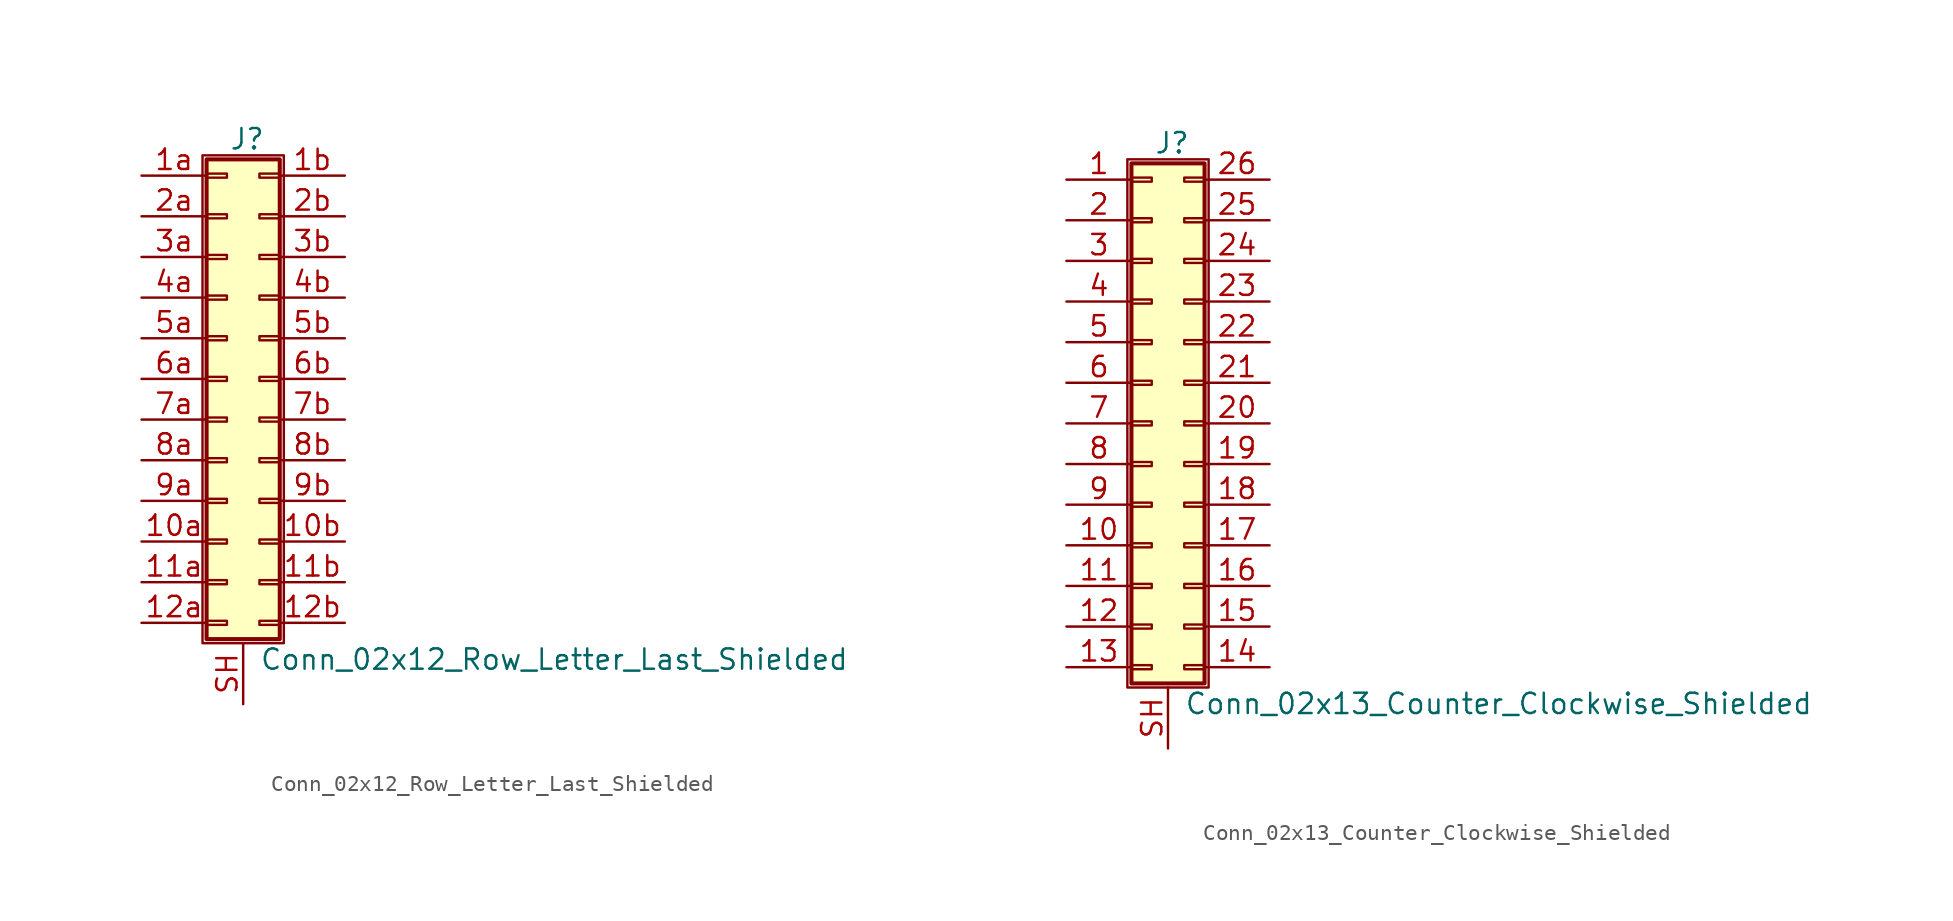
<source format=kicad_sym>
(kicad_symbol_lib
  (version 20201005)
  (generator kicad_symbol_editor)
  (symbol "Connector_Generic_Shielded:Conn_02x12_Row_Letter_Last_Shielded"
    (pin_names
      (offset 1.016) hide)
    (property "Reference" "J"
      (at 1.524 14.986 0)
      (effects (font (size 1.27 1.27))))
    (property "Value" "Conn_02x12_Row_Letter_Last_Shielded"
      (at 2.286 -17.526 0)
      (effects (font (size 1.27 1.27)) (justify left)))
    (symbol "Conn_02x12_Row_Letter_Last_Shielded_1_1"
      (rectangle (start -1.016 -4.953) (end 0.254 -5.207) (stroke (width 0.152)) (fill (type none)))
      (rectangle (start -1.016 -7.493) (end 0.254 -7.747) (stroke (width 0.152)) (fill (type none)))
      (rectangle (start -1.016 -10.033) (end 0.254 -10.287) (stroke (width 0.152)) (fill (type none)))
      (rectangle (start -1.016 -12.573) (end 0.254 -12.827) (stroke (width 0.152)) (fill (type none)))
      (rectangle (start -1.016 -15.113) (end 0.254 -15.367) (stroke (width 0.152)) (fill (type none)))
      (rectangle (start -1.016 -2.413) (end 0.254 -2.667) (stroke (width 0.152)) (fill (type none)))
      (rectangle (start -1.016 2.667) (end 0.254 2.413) (stroke (width 0.152)) (fill (type none)))
      (rectangle (start -1.016 5.207) (end 0.254 4.953) (stroke (width 0.152)) (fill (type none)))
      (rectangle (start -1.016 7.747) (end 0.254 7.493) (stroke (width 0.152)) (fill (type none)))
      (rectangle (start -1.016 10.287) (end 0.254 10.033) (stroke (width 0.152)) (fill (type none)))
      (rectangle (start -1.016 0.127) (end 0.254 -0.127) (stroke (width 0.152)) (fill (type none)))
      (rectangle (start -1.016 12.827) (end 0.254 12.573) (stroke (width 0.152)) (fill (type none)))
      (rectangle (start -1.016 13.716) (end 3.556 -16.256) (stroke (width 0.254)) (fill (type background)))
      (rectangle (start -1.27 13.97) (end 3.81 -16.51) (stroke (width 0.152)) (fill (type none)))
      (rectangle (start 3.556 -4.953) (end 2.286 -5.207) (stroke (width 0.152)) (fill (type none)))
      (rectangle (start 3.556 -7.493) (end 2.286 -7.747) (stroke (width 0.152)) (fill (type none)))
      (rectangle (start 3.556 -10.033) (end 2.286 -10.287) (stroke (width 0.152)) (fill (type none)))
      (rectangle (start 3.556 -12.573) (end 2.286 -12.827) (stroke (width 0.152)) (fill (type none)))
      (rectangle (start 3.556 -15.113) (end 2.286 -15.367) (stroke (width 0.152)) (fill (type none)))
      (rectangle (start 3.556 -2.413) (end 2.286 -2.667) (stroke (width 0.152)) (fill (type none)))
      (rectangle (start 3.556 2.667) (end 2.286 2.413) (stroke (width 0.152)) (fill (type none)))
      (rectangle (start 3.556 5.207) (end 2.286 4.953) (stroke (width 0.152)) (fill (type none)))
      (rectangle (start 3.556 7.747) (end 2.286 7.493) (stroke (width 0.152)) (fill (type none)))
      (rectangle (start 3.556 10.287) (end 2.286 10.033) (stroke (width 0.152)) (fill (type none)))
      (rectangle (start 3.556 0.127) (end 2.286 -0.127) (stroke (width 0.152)) (fill (type none)))
      (rectangle (start 3.556 12.827) (end 2.286 12.573) (stroke (width 0.152)) (fill (type none)))
      (pin passive line (at -5.08 -10.16 0) (length 4.064) (name "Pin_10a" (effects (font (size 1.27 1.27)))) (number "10a" (effects (font (size 1.27 1.27)))))
      (pin passive line (at 7.62 -10.16 180) (length 4.064) (name "Pin_10b" (effects (font (size 1.27 1.27)))) (number "10b" (effects (font (size 1.27 1.27)))))
      (pin passive line (at -5.08 -12.7 0) (length 4.064) (name "Pin_11a" (effects (font (size 1.27 1.27)))) (number "11a" (effects (font (size 1.27 1.27)))))
      (pin passive line (at 7.62 -12.7 180) (length 4.064) (name "Pin_11b" (effects (font (size 1.27 1.27)))) (number "11b" (effects (font (size 1.27 1.27)))))
      (pin passive line (at -5.08 -15.24 0) (length 4.064) (name "Pin_12a" (effects (font (size 1.27 1.27)))) (number "12a" (effects (font (size 1.27 1.27)))))
      (pin passive line (at 7.62 -15.24 180) (length 4.064) (name "Pin_12b" (effects (font (size 1.27 1.27)))) (number "12b" (effects (font (size 1.27 1.27)))))
      (pin passive line (at -5.08 12.7 0) (length 4.064) (name "Pin_1a" (effects (font (size 1.27 1.27)))) (number "1a" (effects (font (size 1.27 1.27)))))
      (pin passive line (at 7.62 12.7 180) (length 4.064) (name "Pin_1b" (effects (font (size 1.27 1.27)))) (number "1b" (effects (font (size 1.27 1.27)))))
      (pin passive line (at -5.08 10.16 0) (length 4.064) (name "Pin_2a" (effects (font (size 1.27 1.27)))) (number "2a" (effects (font (size 1.27 1.27)))))
      (pin passive line (at 7.62 10.16 180) (length 4.064) (name "Pin_2b" (effects (font (size 1.27 1.27)))) (number "2b" (effects (font (size 1.27 1.27)))))
      (pin passive line (at -5.08 7.62 0) (length 4.064) (name "Pin_3a" (effects (font (size 1.27 1.27)))) (number "3a" (effects (font (size 1.27 1.27)))))
      (pin passive line (at 7.62 7.62 180) (length 4.064) (name "Pin_3b" (effects (font (size 1.27 1.27)))) (number "3b" (effects (font (size 1.27 1.27)))))
      (pin passive line (at -5.08 5.08 0) (length 4.064) (name "Pin_4a" (effects (font (size 1.27 1.27)))) (number "4a" (effects (font (size 1.27 1.27)))))
      (pin passive line (at 7.62 5.08 180) (length 4.064) (name "Pin_4b" (effects (font (size 1.27 1.27)))) (number "4b" (effects (font (size 1.27 1.27)))))
      (pin passive line (at -5.08 2.54 0) (length 4.064) (name "Pin_5a" (effects (font (size 1.27 1.27)))) (number "5a" (effects (font (size 1.27 1.27)))))
      (pin passive line (at 7.62 2.54 180) (length 4.064) (name "Pin_5b" (effects (font (size 1.27 1.27)))) (number "5b" (effects (font (size 1.27 1.27)))))
      (pin passive line (at -5.08 0 0) (length 4.064) (name "Pin_6a" (effects (font (size 1.27 1.27)))) (number "6a" (effects (font (size 1.27 1.27)))))
      (pin passive line (at 7.62 0 180) (length 4.064) (name "Pin_6b" (effects (font (size 1.27 1.27)))) (number "6b" (effects (font (size 1.27 1.27)))))
      (pin passive line (at -5.08 -2.54 0) (length 4.064) (name "Pin_7a" (effects (font (size 1.27 1.27)))) (number "7a" (effects (font (size 1.27 1.27)))))
      (pin passive line (at 7.62 -2.54 180) (length 4.064) (name "Pin_7b" (effects (font (size 1.27 1.27)))) (number "7b" (effects (font (size 1.27 1.27)))))
      (pin passive line (at -5.08 -5.08 0) (length 4.064) (name "Pin_8a" (effects (font (size 1.27 1.27)))) (number "8a" (effects (font (size 1.27 1.27)))))
      (pin passive line (at 7.62 -5.08 180) (length 4.064) (name "Pin_8b" (effects (font (size 1.27 1.27)))) (number "8b" (effects (font (size 1.27 1.27)))))
      (pin passive line (at -5.08 -7.62 0) (length 4.064) (name "Pin_9a" (effects (font (size 1.27 1.27)))) (number "9a" (effects (font (size 1.27 1.27)))))
      (pin passive line (at 7.62 -7.62 180) (length 4.064) (name "Pin_9b" (effects (font (size 1.27 1.27)))) (number "9b" (effects (font (size 1.27 1.27)))))
      (pin passive line (at 1.27 -20.32 90) (length 3.81) (name "Shield" (effects (font (size 1.27 1.27)))) (number "SH" (effects (font (size 1.27 1.27)))))))
  (symbol "Connector_Generic_Shielded:Conn_02x13_Counter_Clockwise_Shielded"
    (pin_names
      (offset 1.016) hide)
    (property "Reference" "J"
      (at 1.524 17.526 0)
      (effects (font (size 1.27 1.27))))
    (property "Value" "Conn_02x13_Counter_Clockwise_Shielded"
      (at 2.286 -17.526 0)
      (effects (font (size 1.27 1.27)) (justify left)))
    (symbol "Conn_02x13_Counter_Clockwise_Shielded_1_1"
      (rectangle (start -1.016 -4.953) (end 0.254 -5.207) (stroke (width 0.152)) (fill (type none)))
      (rectangle (start -1.016 -7.493) (end 0.254 -7.747) (stroke (width 0.152)) (fill (type none)))
      (rectangle (start -1.016 -10.033) (end 0.254 -10.287) (stroke (width 0.152)) (fill (type none)))
      (rectangle (start -1.016 -12.573) (end 0.254 -12.827) (stroke (width 0.152)) (fill (type none)))
      (rectangle (start -1.016 -15.113) (end 0.254 -15.367) (stroke (width 0.152)) (fill (type none)))
      (rectangle (start -1.016 -2.413) (end 0.254 -2.667) (stroke (width 0.152)) (fill (type none)))
      (rectangle (start -1.016 2.667) (end 0.254 2.413) (stroke (width 0.152)) (fill (type none)))
      (rectangle (start -1.016 5.207) (end 0.254 4.953) (stroke (width 0.152)) (fill (type none)))
      (rectangle (start -1.016 7.747) (end 0.254 7.493) (stroke (width 0.152)) (fill (type none)))
      (rectangle (start -1.016 10.287) (end 0.254 10.033) (stroke (width 0.152)) (fill (type none)))
      (rectangle (start -1.016 0.127) (end 0.254 -0.127) (stroke (width 0.152)) (fill (type none)))
      (rectangle (start -1.016 12.827) (end 0.254 12.573) (stroke (width 0.152)) (fill (type none)))
      (rectangle (start -1.016 15.367) (end 0.254 15.113) (stroke (width 0.152)) (fill (type none)))
      (rectangle (start -1.016 16.256) (end 3.556 -16.256) (stroke (width 0.254)) (fill (type background)))
      (rectangle (start -1.27 16.51) (end 3.81 -16.51) (stroke (width 0.152)) (fill (type none)))
      (rectangle (start 3.556 -4.953) (end 2.286 -5.207) (stroke (width 0.152)) (fill (type none)))
      (rectangle (start 3.556 -7.493) (end 2.286 -7.747) (stroke (width 0.152)) (fill (type none)))
      (rectangle (start 3.556 -10.033) (end 2.286 -10.287) (stroke (width 0.152)) (fill (type none)))
      (rectangle (start 3.556 -12.573) (end 2.286 -12.827) (stroke (width 0.152)) (fill (type none)))
      (rectangle (start 3.556 -15.113) (end 2.286 -15.367) (stroke (width 0.152)) (fill (type none)))
      (rectangle (start 3.556 -2.413) (end 2.286 -2.667) (stroke (width 0.152)) (fill (type none)))
      (rectangle (start 3.556 2.667) (end 2.286 2.413) (stroke (width 0.152)) (fill (type none)))
      (rectangle (start 3.556 5.207) (end 2.286 4.953) (stroke (width 0.152)) (fill (type none)))
      (rectangle (start 3.556 7.747) (end 2.286 7.493) (stroke (width 0.152)) (fill (type none)))
      (rectangle (start 3.556 10.287) (end 2.286 10.033) (stroke (width 0.152)) (fill (type none)))
      (rectangle (start 3.556 0.127) (end 2.286 -0.127) (stroke (width 0.152)) (fill (type none)))
      (rectangle (start 3.556 12.827) (end 2.286 12.573) (stroke (width 0.152)) (fill (type none)))
      (rectangle (start 3.556 15.367) (end 2.286 15.113) (stroke (width 0.152)) (fill (type none)))
      (pin passive line (at -5.08 15.24 0) (length 4.064) (name "Pin_1" (effects (font (size 1.27 1.27)))) (number "1" (effects (font (size 1.27 1.27)))))
      (pin passive line (at -5.08 -7.62 0) (length 4.064) (name "Pin_10" (effects (font (size 1.27 1.27)))) (number "10" (effects (font (size 1.27 1.27)))))
      (pin passive line (at -5.08 -10.16 0) (length 4.064) (name "Pin_11" (effects (font (size 1.27 1.27)))) (number "11" (effects (font (size 1.27 1.27)))))
      (pin passive line (at -5.08 -12.7 0) (length 4.064) (name "Pin_12" (effects (font (size 1.27 1.27)))) (number "12" (effects (font (size 1.27 1.27)))))
      (pin passive line (at -5.08 -15.24 0) (length 4.064) (name "Pin_13" (effects (font (size 1.27 1.27)))) (number "13" (effects (font (size 1.27 1.27)))))
      (pin passive line (at 7.62 -15.24 180) (length 4.064) (name "Pin_14" (effects (font (size 1.27 1.27)))) (number "14" (effects (font (size 1.27 1.27)))))
      (pin passive line (at 7.62 -12.7 180) (length 4.064) (name "Pin_15" (effects (font (size 1.27 1.27)))) (number "15" (effects (font (size 1.27 1.27)))))
      (pin passive line (at 7.62 -10.16 180) (length 4.064) (name "Pin_16" (effects (font (size 1.27 1.27)))) (number "16" (effects (font (size 1.27 1.27)))))
      (pin passive line (at 7.62 -7.62 180) (length 4.064) (name "Pin_17" (effects (font (size 1.27 1.27)))) (number "17" (effects (font (size 1.27 1.27)))))
      (pin passive line (at 7.62 -5.08 180) (length 4.064) (name "Pin_18" (effects (font (size 1.27 1.27)))) (number "18" (effects (font (size 1.27 1.27)))))
      (pin passive line (at 7.62 -2.54 180) (length 4.064) (name "Pin_19" (effects (font (size 1.27 1.27)))) (number "19" (effects (font (size 1.27 1.27)))))
      (pin passive line (at -5.08 12.7 0) (length 4.064) (name "Pin_2" (effects (font (size 1.27 1.27)))) (number "2" (effects (font (size 1.27 1.27)))))
      (pin passive line (at 7.62 0 180) (length 4.064) (name "Pin_20" (effects (font (size 1.27 1.27)))) (number "20" (effects (font (size 1.27 1.27)))))
      (pin passive line (at 7.62 2.54 180) (length 4.064) (name "Pin_21" (effects (font (size 1.27 1.27)))) (number "21" (effects (font (size 1.27 1.27)))))
      (pin passive line (at 7.62 5.08 180) (length 4.064) (name "Pin_22" (effects (font (size 1.27 1.27)))) (number "22" (effects (font (size 1.27 1.27)))))
      (pin passive line (at 7.62 7.62 180) (length 4.064) (name "Pin_23" (effects (font (size 1.27 1.27)))) (number "23" (effects (font (size 1.27 1.27)))))
      (pin passive line (at 7.62 10.16 180) (length 4.064) (name "Pin_24" (effects (font (size 1.27 1.27)))) (number "24" (effects (font (size 1.27 1.27)))))
      (pin passive line (at 7.62 12.7 180) (length 4.064) (name "Pin_25" (effects (font (size 1.27 1.27)))) (number "25" (effects (font (size 1.27 1.27)))))
      (pin passive line (at 7.62 15.24 180) (length 4.064) (name "Pin_26" (effects (font (size 1.27 1.27)))) (number "26" (effects (font (size 1.27 1.27)))))
      (pin passive line (at -5.08 10.16 0) (length 4.064) (name "Pin_3" (effects (font (size 1.27 1.27)))) (number "3" (effects (font (size 1.27 1.27)))))
      (pin passive line (at -5.08 7.62 0) (length 4.064) (name "Pin_4" (effects (font (size 1.27 1.27)))) (number "4" (effects (font (size 1.27 1.27)))))
      (pin passive line (at -5.08 5.08 0) (length 4.064) (name "Pin_5" (effects (font (size 1.27 1.27)))) (number "5" (effects (font (size 1.27 1.27)))))
      (pin passive line (at -5.08 2.54 0) (length 4.064) (name "Pin_6" (effects (font (size 1.27 1.27)))) (number "6" (effects (font (size 1.27 1.27)))))
      (pin passive line (at -5.08 0 0) (length 4.064) (name "Pin_7" (effects (font (size 1.27 1.27)))) (number "7" (effects (font (size 1.27 1.27)))))
      (pin passive line (at -5.08 -2.54 0) (length 4.064) (name "Pin_8" (effects (font (size 1.27 1.27)))) (number "8" (effects (font (size 1.27 1.27)))))
      (pin passive line (at -5.08 -5.08 0) (length 4.064) (name "Pin_9" (effects (font (size 1.27 1.27)))) (number "9" (effects (font (size 1.27 1.27)))))
      (pin passive line (at 1.27 -20.32 90) (length 3.81) (name "Shield" (effects (font (size 1.27 1.27)))) (number "SH" (effects (font (size 1.27 1.27))))))))
</source>
